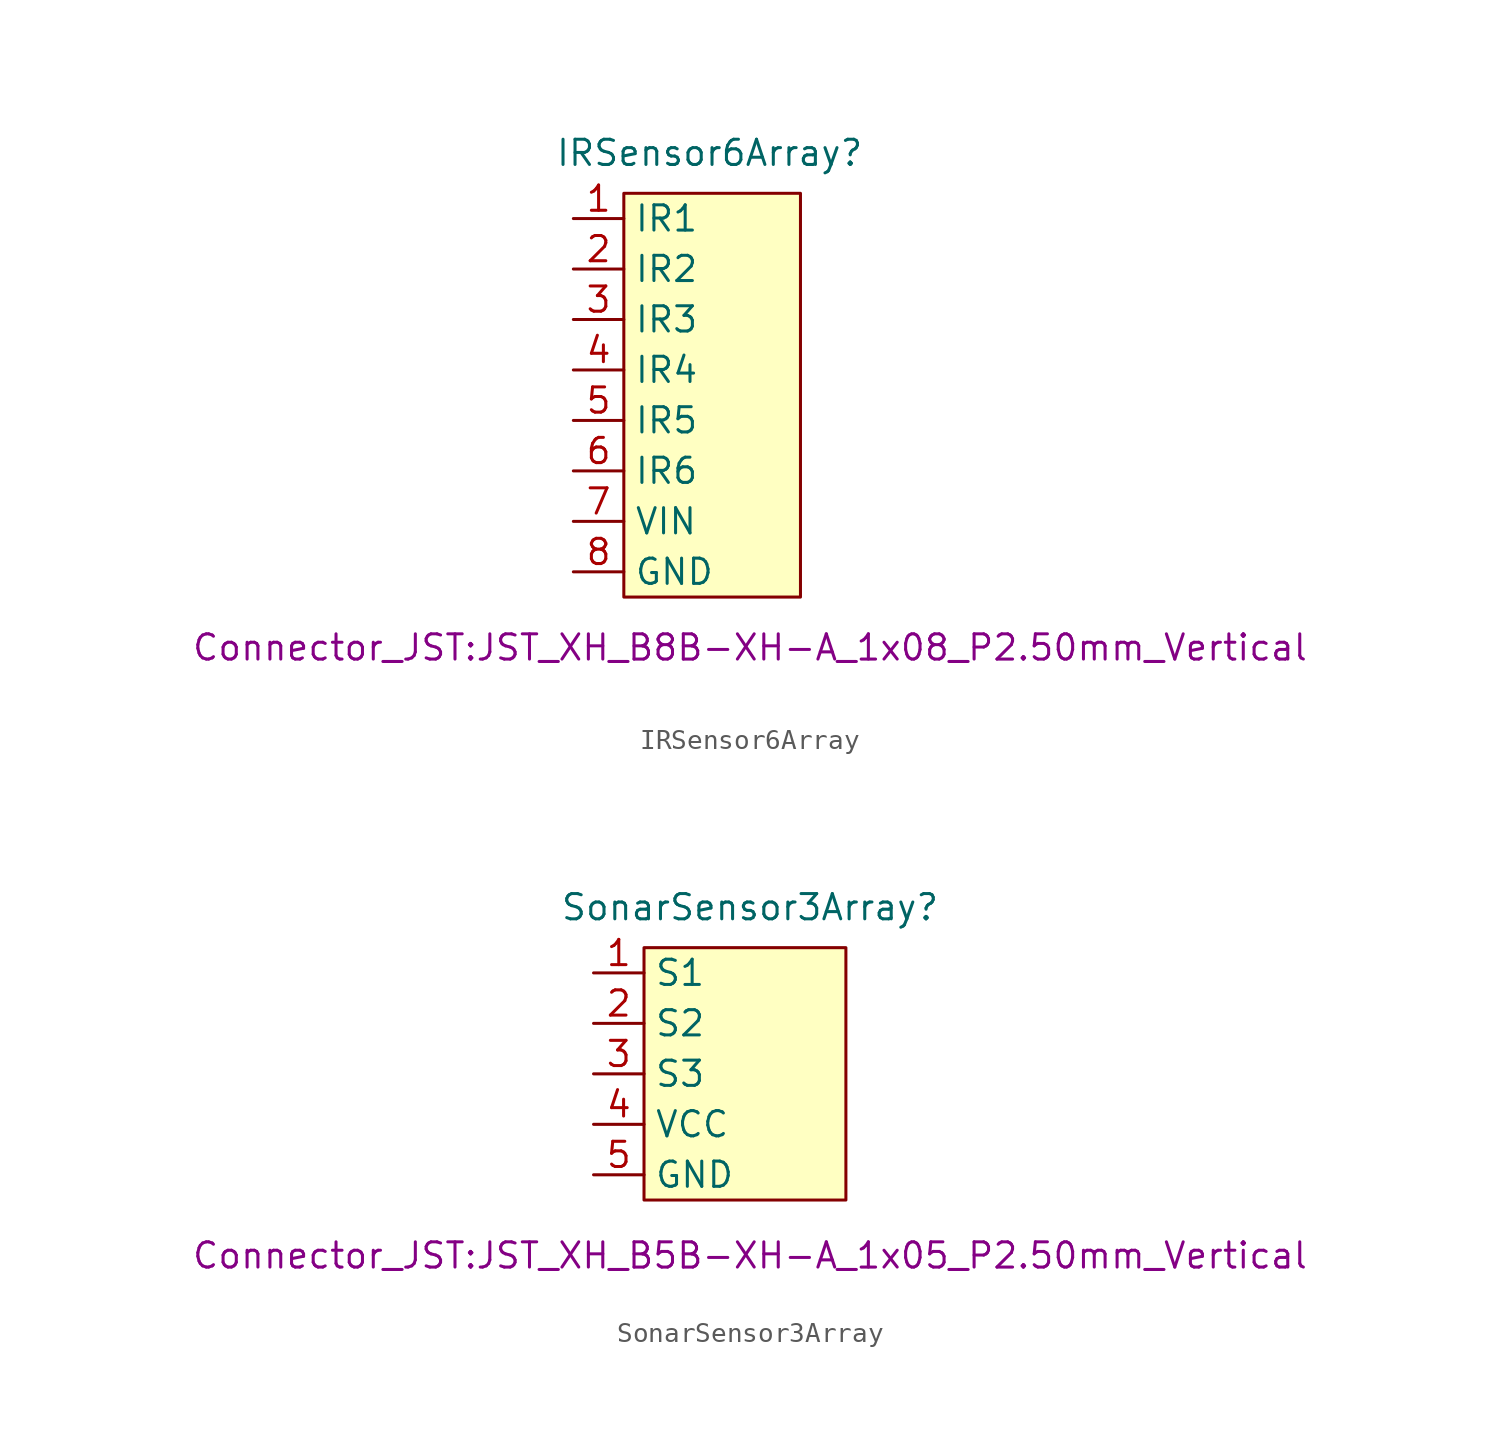
<source format=kicad_sym>
(kicad_symbol_lib
  (version 20241209)
  (generator "kicad_symbol_editor")
  (generator_version "9.0")
  (symbol "IRSensor6Array"
    (property "Reference" "IRSensor6Array"
      (at -0.762 12.192 0)
      (effects (font (size 1.27 1.27))))
    (property "Footprint" "Connector_JST:JST_XH_B8B-XH-A_1x08_P2.50mm_Vertical"
      (at 1.27 -12.7 0)
      (effects (font (size 1.27 1.27))))
    (symbol "IRSensor6Array_1_1"
      (rectangle (start -5.08 10.16) (end 3.81 -10.16) (stroke (width 0) (type solid)) (fill (type background)))
      (pin input line (at -7.62 8.89 0) (length 2.54) (name "IR1" (effects (font (size 1.27 1.27)))) (number "1" (effects (font (size 1.27 1.27)))))
      (pin input line (at -7.62 6.35 0) (length 2.54) (name "IR2" (effects (font (size 1.27 1.27)))) (number "2" (effects (font (size 1.27 1.27)))))
      (pin input line (at -7.62 3.81 0) (length 2.54) (name "IR3" (effects (font (size 1.27 1.27)))) (number "3" (effects (font (size 1.27 1.27)))))
      (pin input line (at -7.62 1.27 0) (length 2.54) (name "IR4" (effects (font (size 1.27 1.27)))) (number "4" (effects (font (size 1.27 1.27)))))
      (pin input line (at -7.62 -1.27 0) (length 2.54) (name "IR5" (effects (font (size 1.27 1.27)))) (number "5" (effects (font (size 1.27 1.27)))))
      (pin input line (at -7.62 -3.81 0) (length 2.54) (name "IR6" (effects (font (size 1.27 1.27)))) (number "6" (effects (font (size 1.27 1.27)))))
      (pin input line (at -7.62 -6.35 0) (length 2.54) (name "VIN" (effects (font (size 1.27 1.27)))) (number "7" (effects (font (size 1.27 1.27)))))
      (pin input line (at -7.62 -8.89 0) (length 2.54) (name "GND" (effects (font (size 1.27 1.27)))) (number "8" (effects (font (size 1.27 1.27)))))))
  (symbol "SonarSensor3Array"
    (property "Reference" "SonarSensor3Array"
      (at 0.254 8.382 0)
      (effects (font (size 1.27 1.27))))
    (property "Footprint" "Connector_JST:JST_XH_B5B-XH-A_1x05_P2.50mm_Vertical"
      (at 0.254 -9.144 0)
      (effects (font (size 1.27 1.27))))
    (symbol "SonarSensor3Array_1_1"
      (rectangle (start -5.08 6.35) (end 5.08 -6.35) (stroke (width 0) (type solid)) (fill (type background)))
      (pin output line (at -7.62 5.08 0) (length 2.54) (name "S1" (effects (font (size 1.27 1.27)))) (number "1" (effects (font (size 1.27 1.27)))))
      (pin output line (at -7.62 2.54 0) (length 2.54) (name "S2" (effects (font (size 1.27 1.27)))) (number "2" (effects (font (size 1.27 1.27)))))
      (pin output line (at -7.62 0 0) (length 2.54) (name "S3" (effects (font (size 1.27 1.27)))) (number "3" (effects (font (size 1.27 1.27)))))
      (pin power_in line (at -7.62 -2.54 0) (length 2.54) (name "VCC" (effects (font (size 1.27 1.27)))) (number "4" (effects (font (size 1.27 1.27)))))
      (pin power_in line (at -7.62 -5.08 0) (length 2.54) (name "GND" (effects (font (size 1.27 1.27)))) (number "5" (effects (font (size 1.27 1.27))))))))
</source>
